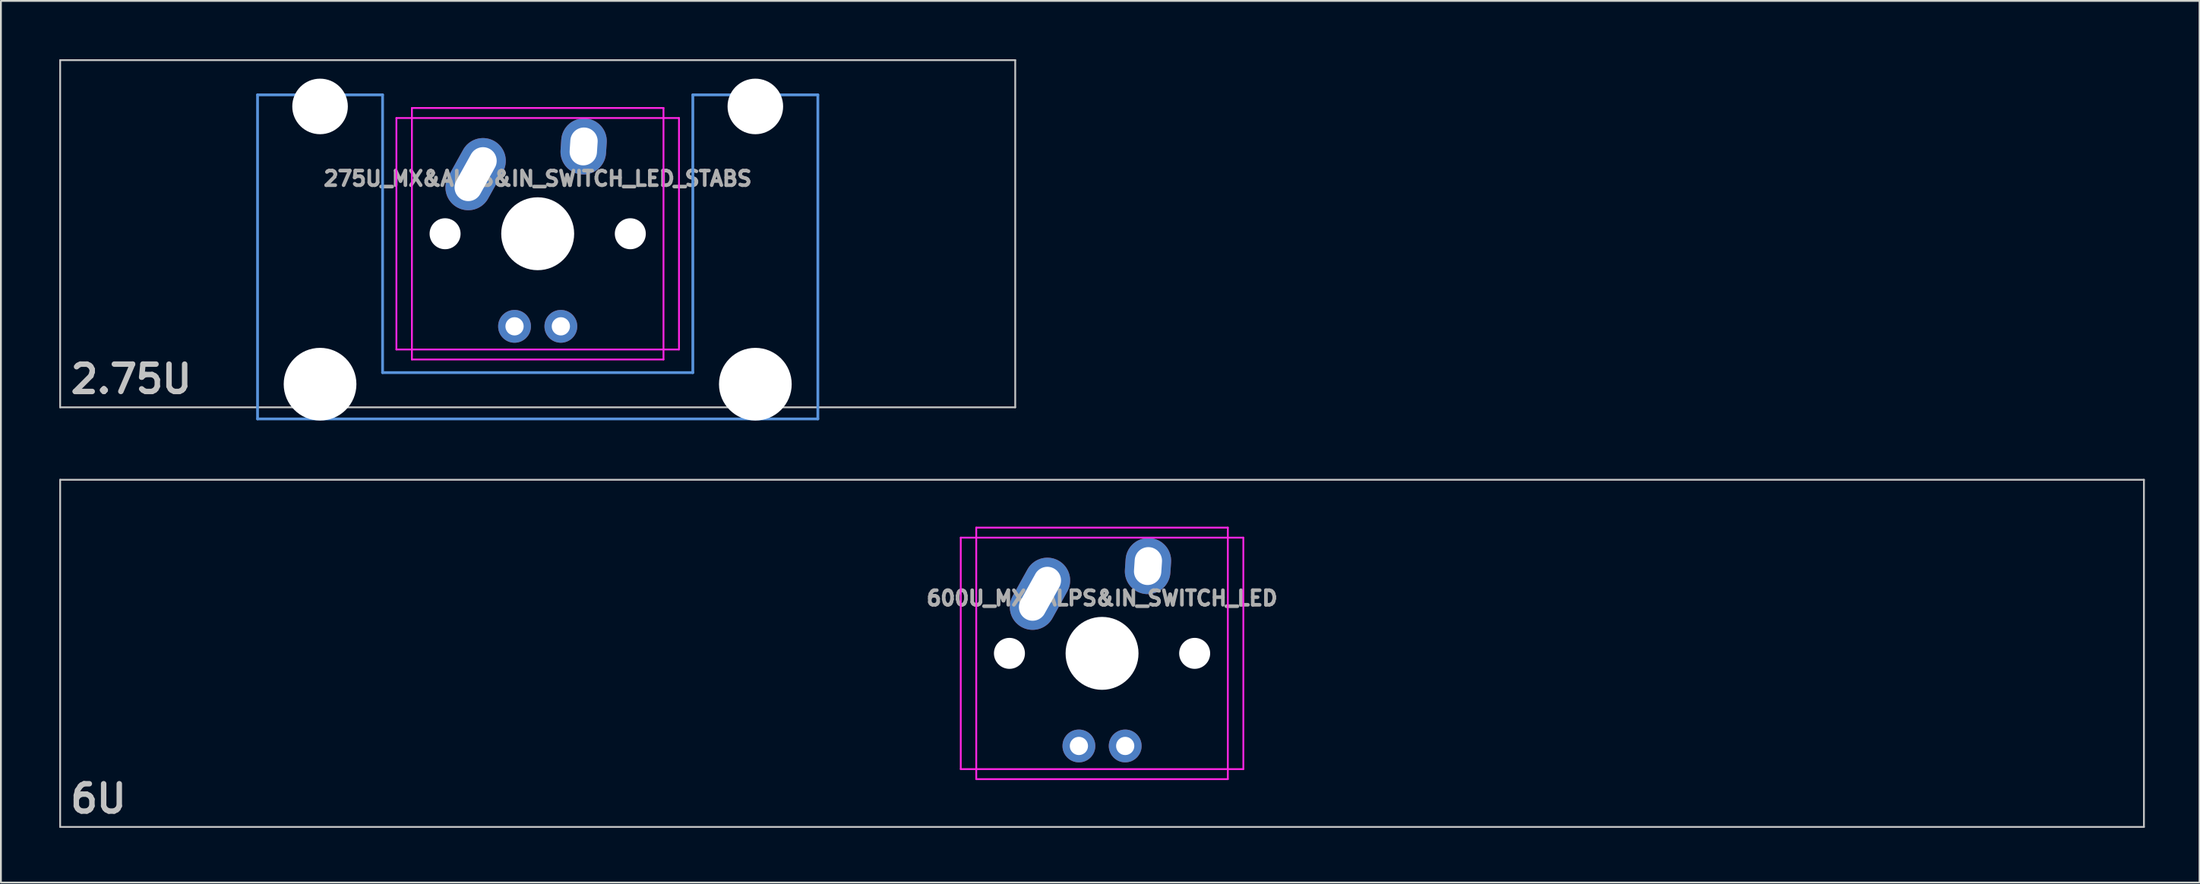
<source format=kicad_pcb>
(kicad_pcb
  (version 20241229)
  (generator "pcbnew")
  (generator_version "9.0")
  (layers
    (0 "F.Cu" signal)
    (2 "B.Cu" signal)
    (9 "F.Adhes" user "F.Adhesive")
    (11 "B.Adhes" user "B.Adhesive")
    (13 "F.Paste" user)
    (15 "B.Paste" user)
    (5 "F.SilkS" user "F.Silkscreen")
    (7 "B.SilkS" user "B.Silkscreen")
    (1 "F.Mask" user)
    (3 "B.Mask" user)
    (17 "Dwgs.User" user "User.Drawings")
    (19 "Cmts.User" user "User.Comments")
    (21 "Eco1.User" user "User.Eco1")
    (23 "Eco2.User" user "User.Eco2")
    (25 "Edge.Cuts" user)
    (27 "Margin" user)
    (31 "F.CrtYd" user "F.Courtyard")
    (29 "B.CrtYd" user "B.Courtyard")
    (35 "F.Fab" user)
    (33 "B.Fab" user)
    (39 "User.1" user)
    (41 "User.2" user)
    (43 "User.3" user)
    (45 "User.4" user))
  (footprint "600U_MX&ALPS&IN_SWITCH_LED"
    (layer "F.Cu")
    (at 0.25 23.274)
    (property "Reference" "600U_MX&ALPS&IN_SWITCH_LED" (at 57.15 6.5 0) (layer "F.Fab") (effects (font (size 0.8 0.8) (thickness 0.2))))
    (attr through_hole)
    (fp_line (start 0 0) (end 114.3 0) (stroke (width 0.1) (type solid)) (layer "Dwgs.User"))
    (fp_line (start 0 19.05) (end 0 0) (stroke (width 0.1) (type solid)) (layer "Dwgs.User"))
    (fp_line (start 114.3 0) (end 114.3 19.05) (stroke (width 0.1) (type solid)) (layer "Dwgs.User"))
    (fp_line (start 114.3 19.05) (end 0 19.05) (stroke (width 0.1) (type solid)) (layer "Dwgs.User"))
    (fp_line (start 49.4 3.175) (end 49.4 15.875) (stroke (width 0.1) (type solid)) (layer "F.CrtYd"))
    (fp_line (start 49.4 3.175) (end 64.9 3.175) (stroke (width 0.1) (type solid)) (layer "F.CrtYd"))
    (fp_line (start 49.4 15.875) (end 64.9 15.875) (stroke (width 0.1) (type solid)) (layer "F.CrtYd"))
    (fp_line (start 50.25 2.625) (end 50.25 16.425) (stroke (width 0.1) (type solid)) (layer "F.CrtYd"))
    (fp_line (start 50.25 2.625) (end 64.05 2.625) (stroke (width 0.1) (type solid)) (layer "F.CrtYd"))
    (fp_line (start 50.25 16.425) (end 64.05 16.425) (stroke (width 0.1) (type solid)) (layer "F.CrtYd"))
    (fp_line (start 64.05 2.625) (end 64.05 16.425) (stroke (width 0.1) (type solid)) (layer "F.CrtYd"))
    (fp_line (start 64.9 3.175) (end 64.9 15.875) (stroke (width 0.1) (type solid)) (layer "F.CrtYd"))
    (fp_text user "6U" (at 2.1 17.5 0) (layer "Dwgs.User") (effects (font (size 1.5 1.5) (thickness 0.3))))
    (pad "" np_thru_hole circle (at 52.07 9.525) (size 1.7 1.7) (drill 1.7) (layers "*.Cu" "*.Mask"))
    (pad "" np_thru_hole circle (at 57.15 9.525) (size 4 4) (drill 4) (layers "*.Cu" "*.Mask"))
    (pad "" np_thru_hole circle (at 62.23 9.525) (size 1.7 1.7) (drill 1.7) (layers "*.Cu" "*.Mask"))
    (pad "1" thru_hole oval (at 53.745 6.255 330.95) (size 2.5 4.17) (drill oval 1.5 3.17) (layers "*.Cu" "*.Mask"))
    (pad "2" thru_hole oval (at 59.67 4.735 356.1) (size 2.5 3.08) (drill oval 1.5 2.08) (layers "*.Cu" "*.Mask"))
    (pad "3" thru_hole circle (at 55.88 14.605) (size 1.8 1.8) (drill 1) (layers "*.Cu" "*.Mask"))
    (pad "4" thru_hole circle (at 58.42 14.605) (size 1.8 1.8) (drill 1) (layers "*.Cu" "*.Mask")))
  (footprint "275U_MX&ALPS&IN_SWITCH_LED_STABS"
    (layer "F.Cu")
    (at 0.25 0.25)
    (property "Reference" "275U_MX&ALPS&IN_SWITCH_LED_STABS" (at 26.194 6.5 0) (layer "F.Fab") (effects (font (size 0.8 0.8) (thickness 0.2))))
    (attr through_hole)
    (fp_line (start 0 0) (end 52.388 0) (stroke (width 0.1) (type solid)) (layer "Dwgs.User"))
    (fp_line (start 0 19.05) (end 0 0) (stroke (width 0.1) (type solid)) (layer "Dwgs.User"))
    (fp_line (start 52.388 0) (end 52.388 19.05) (stroke (width 0.1) (type solid)) (layer "Dwgs.User"))
    (fp_line (start 52.388 19.05) (end 0 19.05) (stroke (width 0.1) (type solid)) (layer "Dwgs.User"))
    (fp_line (start 10.827 1.905) (end 10.827 19.685) (stroke (width 0.152) (type solid)) (layer "Cmts.User"))
    (fp_line (start 10.827 19.685) (end 41.561 19.685) (stroke (width 0.152) (type solid)) (layer "Cmts.User"))
    (fp_line (start 17.685 1.905) (end 10.827 1.905) (stroke (width 0.152) (type solid)) (layer "Cmts.User"))
    (fp_line (start 17.685 17.145) (end 17.685 1.905) (stroke (width 0.152) (type solid)) (layer "Cmts.User"))
    (fp_line (start 34.703 1.905) (end 34.703 17.145) (stroke (width 0.152) (type solid)) (layer "Cmts.User"))
    (fp_line (start 34.703 17.145) (end 17.685 17.145) (stroke (width 0.152) (type solid)) (layer "Cmts.User"))
    (fp_line (start 41.561 1.905) (end 34.703 1.905) (stroke (width 0.152) (type solid)) (layer "Cmts.User"))
    (fp_line (start 41.561 19.685) (end 41.561 1.905) (stroke (width 0.152) (type solid)) (layer "Cmts.User"))
    (fp_line (start 10.065 7.239) (end 10.928 7.239) (stroke (width 0.152) (type solid)) (layer "Eco2.User"))
    (fp_line (start 10.065 10.033) (end 10.065 7.239) (stroke (width 0.152) (type solid)) (layer "Eco2.User"))
    (fp_line (start 10.928 3.835) (end 17.583 3.835) (stroke (width 0.152) (type solid)) (layer "Eco2.User"))
    (fp_line (start 10.928 7.239) (end 10.928 3.835) (stroke (width 0.152) (type solid)) (layer "Eco2.User"))
    (fp_line (start 10.928 10.033) (end 10.065 10.033) (stroke (width 0.152) (type solid)) (layer "Eco2.User"))
    (fp_line (start 10.928 16.129) (end 10.928 10.033) (stroke (width 0.152) (type solid)) (layer "Eco2.User"))
    (fp_line (start 11.97 16.129) (end 10.928 16.129) (stroke (width 0.152) (type solid)) (layer "Eco2.User"))
    (fp_line (start 11.97 17.297) (end 11.97 16.129) (stroke (width 0.152) (type solid)) (layer "Eco2.User"))
    (fp_line (start 16.542 16.129) (end 16.542 17.297) (stroke (width 0.152) (type solid)) (layer "Eco2.User"))
    (fp_line (start 16.542 17.297) (end 11.97 17.297) (stroke (width 0.152) (type solid)) (layer "Eco2.User"))
    (fp_line (start 17.583 3.835) (end 17.583 4.648) (stroke (width 0.152) (type solid)) (layer "Eco2.User"))
    (fp_line (start 17.583 4.648) (end 19.209 4.648) (stroke (width 0.152) (type solid)) (layer "Eco2.User"))
    (fp_line (start 17.583 15.342) (end 17.583 16.129) (stroke (width 0.152) (type solid)) (layer "Eco2.User"))
    (fp_line (start 17.583 16.129) (end 16.542 16.129) (stroke (width 0.152) (type solid)) (layer "Eco2.User"))
    (fp_line (start 19.209 2.54) (end 33.179 2.54) (stroke (width 0.152) (type solid)) (layer "Eco2.User"))
    (fp_line (start 19.209 4.648) (end 19.209 2.54) (stroke (width 0.152) (type solid)) (layer "Eco2.User"))
    (fp_line (start 19.209 15.342) (end 17.583 15.342) (stroke (width 0.152) (type solid)) (layer "Eco2.User"))
    (fp_line (start 19.209 16.51) (end 19.209 15.342) (stroke (width 0.152) (type solid)) (layer "Eco2.User"))
    (fp_line (start 33.179 2.54) (end 33.179 4.648) (stroke (width 0.152) (type solid)) (layer "Eco2.User"))
    (fp_line (start 33.179 4.648) (end 34.804 4.648) (stroke (width 0.152) (type solid)) (layer "Eco2.User"))
    (fp_line (start 33.179 15.342) (end 33.179 16.51) (stroke (width 0.152) (type solid)) (layer "Eco2.User"))
    (fp_line (start 33.179 16.51) (end 19.209 16.51) (stroke (width 0.152) (type solid)) (layer "Eco2.User"))
    (fp_line (start 34.804 3.835) (end 41.459 3.835) (stroke (width 0.152) (type solid)) (layer "Eco2.User"))
    (fp_line (start 34.804 4.648) (end 34.804 3.835) (stroke (width 0.152) (type solid)) (layer "Eco2.User"))
    (fp_line (start 34.804 15.342) (end 33.179 15.342) (stroke (width 0.152) (type solid)) (layer "Eco2.User"))
    (fp_line (start 34.804 16.129) (end 34.804 15.342) (stroke (width 0.152) (type solid)) (layer "Eco2.User"))
    (fp_line (start 35.846 16.129) (end 34.804 16.129) (stroke (width 0.152) (type solid)) (layer "Eco2.User"))
    (fp_line (start 35.846 17.297) (end 35.846 16.129) (stroke (width 0.152) (type solid)) (layer "Eco2.User"))
    (fp_line (start 40.418 16.129) (end 40.418 17.297) (stroke (width 0.152) (type solid)) (layer "Eco2.User"))
    (fp_line (start 40.418 17.297) (end 35.846 17.297) (stroke (width 0.152) (type solid)) (layer "Eco2.User"))
    (fp_line (start 41.459 3.835) (end 41.459 7.239) (stroke (width 0.152) (type solid)) (layer "Eco2.User"))
    (fp_line (start 41.459 7.239) (end 42.323 7.239) (stroke (width 0.152) (type solid)) (layer "Eco2.User"))
    (fp_line (start 41.459 10.033) (end 41.459 16.129) (stroke (width 0.152) (type solid)) (layer "Eco2.User"))
    (fp_line (start 41.459 16.129) (end 40.418 16.129) (stroke (width 0.152) (type solid)) (layer "Eco2.User"))
    (fp_line (start 42.323 7.239) (end 42.323 10.033) (stroke (width 0.152) (type solid)) (layer "Eco2.User"))
    (fp_line (start 42.323 10.033) (end 41.459 10.033) (stroke (width 0.152) (type solid)) (layer "Eco2.User"))
    (fp_line (start 18.444 3.175) (end 18.444 15.875) (stroke (width 0.1) (type solid)) (layer "F.CrtYd"))
    (fp_line (start 18.444 3.175) (end 33.944 3.175) (stroke (width 0.1) (type solid)) (layer "F.CrtYd"))
    (fp_line (start 18.444 15.875) (end 33.944 15.875) (stroke (width 0.1) (type solid)) (layer "F.CrtYd"))
    (fp_line (start 19.294 2.625) (end 19.294 16.425) (stroke (width 0.1) (type solid)) (layer "F.CrtYd"))
    (fp_line (start 19.294 2.625) (end 33.094 2.625) (stroke (width 0.1) (type solid)) (layer "F.CrtYd"))
    (fp_line (start 19.294 16.425) (end 33.094 16.425) (stroke (width 0.1) (type solid)) (layer "F.CrtYd"))
    (fp_line (start 33.094 2.625) (end 33.094 16.425) (stroke (width 0.1) (type solid)) (layer "F.CrtYd"))
    (fp_line (start 33.944 3.175) (end 33.944 15.875) (stroke (width 0.1) (type solid)) (layer "F.CrtYd"))
    (fp_text user "2.75U" (at 3.9 17.5 0) (layer "Dwgs.User") (effects (font (size 1.5 1.5) (thickness 0.3))))
    (pad "" np_thru_hole circle (at 14.256 2.54) (size 3.048 3.048) (drill 3.048) (layers "*.Cu" "*.Mask"))
    (pad "" np_thru_hole circle (at 14.256 17.78) (size 3.988 3.988) (drill 3.988) (layers "*.Cu" "*.Mask"))
    (pad "" np_thru_hole circle (at 21.114 9.525) (size 1.7 1.7) (drill 1.7) (layers "*.Cu" "*.Mask"))
    (pad "" np_thru_hole circle (at 26.194 9.525) (size 4 4) (drill 4) (layers "*.Cu" "*.Mask"))
    (pad "" np_thru_hole circle (at 31.274 9.525) (size 1.7 1.7) (drill 1.7) (layers "*.Cu" "*.Mask"))
    (pad "" np_thru_hole circle (at 38.132 2.54) (size 3.048 3.048) (drill 3.048) (layers "*.Cu" "*.Mask"))
    (pad "" np_thru_hole circle (at 38.132 17.78) (size 3.988 3.988) (drill 3.988) (layers "*.Cu" "*.Mask"))
    (pad "1" thru_hole oval (at 22.789 6.255 330.95) (size 2.5 4.17) (drill oval 1.5 3.17) (layers "*.Cu" "*.Mask"))
    (pad "2" thru_hole oval (at 28.714 4.735 356.1) (size 2.5 3.08) (drill oval 1.5 2.08) (layers "*.Cu" "*.Mask"))
    (pad "3" thru_hole circle (at 24.924 14.605) (size 1.8 1.8) (drill 1) (layers "*.Cu" "*.Mask"))
    (pad "4" thru_hole circle (at 27.464 14.605) (size 1.8 1.8) (drill 1) (layers "*.Cu" "*.Mask")))
  (gr_rect
    (start -3 -3)
    (end 117.6 45.374)
    (stroke (width 0.1) (type default))
    (fill no)
    (layer "Edge.Cuts")))
</source>
